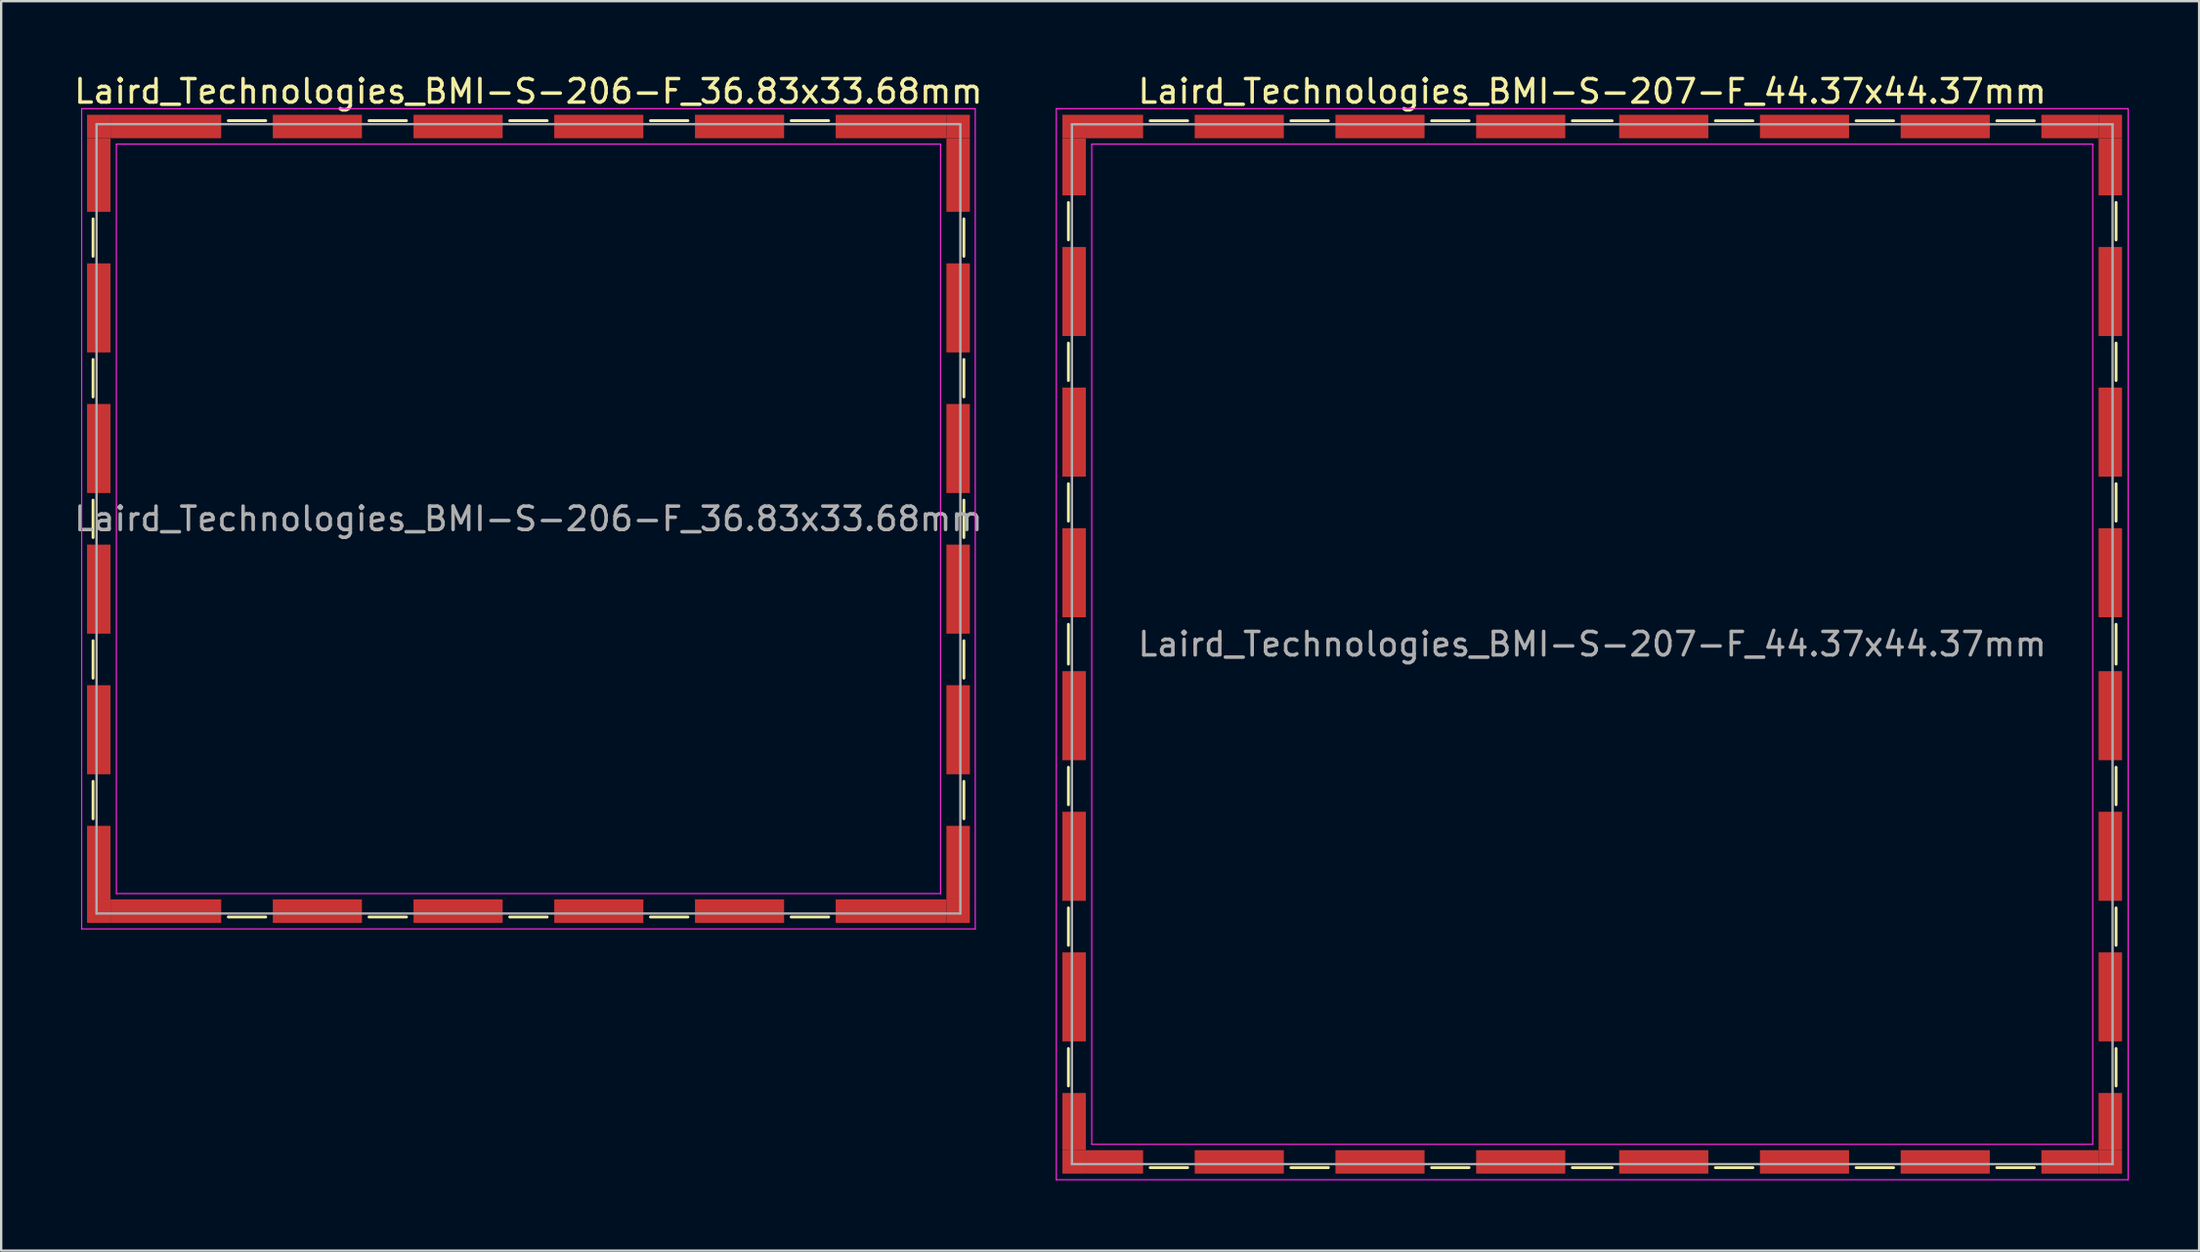
<source format=kicad_pcb>
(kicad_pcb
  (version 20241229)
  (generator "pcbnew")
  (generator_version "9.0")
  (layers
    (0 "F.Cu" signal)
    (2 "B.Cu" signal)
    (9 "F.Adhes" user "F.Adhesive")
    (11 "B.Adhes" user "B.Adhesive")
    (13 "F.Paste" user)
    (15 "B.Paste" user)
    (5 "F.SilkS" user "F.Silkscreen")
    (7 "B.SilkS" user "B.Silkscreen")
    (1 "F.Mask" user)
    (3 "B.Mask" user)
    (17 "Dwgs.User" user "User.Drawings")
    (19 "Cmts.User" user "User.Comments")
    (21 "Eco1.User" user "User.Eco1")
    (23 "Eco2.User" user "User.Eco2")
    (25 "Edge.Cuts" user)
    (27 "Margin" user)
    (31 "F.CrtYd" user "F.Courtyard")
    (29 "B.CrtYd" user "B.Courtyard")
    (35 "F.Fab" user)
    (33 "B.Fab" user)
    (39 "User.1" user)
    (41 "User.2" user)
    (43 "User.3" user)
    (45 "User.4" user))
  (footprint "Laird_Technologies_BMI-S-207-F_44.37x44.37mm"
    (layer "F.Cu")
    (at 64.839 24.438)
    (property "Reference" "Laird_Technologies_BMI-S-207-F_44.37x44.37mm" (at 0 -23.59 0) (layer "F.SilkS") (effects (font (size 1 1) (thickness 0.15))))
    (attr smd)
    (fp_line (start -22.335 -18.85) (end -22.335 -17.25) (stroke (width 0.12) (type solid)) (layer "F.SilkS"))
    (fp_line (start -22.335 -12.85) (end -22.335 -11.25) (stroke (width 0.12) (type solid)) (layer "F.SilkS"))
    (fp_line (start -22.335 -6.85) (end -22.335 -5.25) (stroke (width 0.12) (type solid)) (layer "F.SilkS"))
    (fp_line (start -22.335 -0.85) (end -22.335 0.85) (stroke (width 0.12) (type solid)) (layer "F.SilkS"))
    (fp_line (start -22.335 5.25) (end -22.335 6.85) (stroke (width 0.12) (type solid)) (layer "F.SilkS"))
    (fp_line (start -22.335 11.25) (end -22.335 12.85) (stroke (width 0.12) (type solid)) (layer "F.SilkS"))
    (fp_line (start -22.335 17.25) (end -22.335 18.85) (stroke (width 0.12) (type solid)) (layer "F.SilkS"))
    (fp_line (start -18.85 -22.335) (end -17.25 -22.335) (stroke (width 0.12) (type solid)) (layer "F.SilkS"))
    (fp_line (start -18.85 22.335) (end -17.25 22.335) (stroke (width 0.12) (type solid)) (layer "F.SilkS"))
    (fp_line (start -12.85 -22.335) (end -11.25 -22.335) (stroke (width 0.12) (type solid)) (layer "F.SilkS"))
    (fp_line (start -12.85 22.335) (end -11.25 22.335) (stroke (width 0.12) (type solid)) (layer "F.SilkS"))
    (fp_line (start -6.85 -22.335) (end -5.25 -22.335) (stroke (width 0.12) (type solid)) (layer "F.SilkS"))
    (fp_line (start -6.85 22.335) (end -5.25 22.335) (stroke (width 0.12) (type solid)) (layer "F.SilkS"))
    (fp_line (start -0.85 -22.335) (end 0.85 -22.335) (stroke (width 0.12) (type solid)) (layer "F.SilkS"))
    (fp_line (start -0.85 22.335) (end 0.85 22.335) (stroke (width 0.12) (type solid)) (layer "F.SilkS"))
    (fp_line (start 5.25 -22.335) (end 6.85 -22.335) (stroke (width 0.12) (type solid)) (layer "F.SilkS"))
    (fp_line (start 5.25 22.335) (end 6.85 22.335) (stroke (width 0.12) (type solid)) (layer "F.SilkS"))
    (fp_line (start 11.25 -22.335) (end 12.85 -22.335) (stroke (width 0.12) (type solid)) (layer "F.SilkS"))
    (fp_line (start 11.25 22.335) (end 12.85 22.335) (stroke (width 0.12) (type solid)) (layer "F.SilkS"))
    (fp_line (start 17.25 -22.335) (end 18.85 -22.335) (stroke (width 0.12) (type solid)) (layer "F.SilkS"))
    (fp_line (start 17.25 22.335) (end 18.85 22.335) (stroke (width 0.12) (type solid)) (layer "F.SilkS"))
    (fp_line (start 22.335 -18.85) (end 22.335 -17.25) (stroke (width 0.12) (type solid)) (layer "F.SilkS"))
    (fp_line (start 22.335 -12.85) (end 22.335 -11.25) (stroke (width 0.12) (type solid)) (layer "F.SilkS"))
    (fp_line (start 22.335 -6.85) (end 22.335 -5.25) (stroke (width 0.12) (type solid)) (layer "F.SilkS"))
    (fp_line (start 22.335 -0.85) (end 22.335 0.85) (stroke (width 0.12) (type solid)) (layer "F.SilkS"))
    (fp_line (start 22.335 5.25) (end 22.335 6.85) (stroke (width 0.12) (type solid)) (layer "F.SilkS"))
    (fp_line (start 22.335 11.25) (end 22.335 12.85) (stroke (width 0.12) (type solid)) (layer "F.SilkS"))
    (fp_line (start 22.335 17.25) (end 22.335 18.85) (stroke (width 0.12) (type solid)) (layer "F.SilkS"))
    (fp_line (start -22.85 -22.85) (end -22.85 22.85) (stroke (width 0.05) (type solid)) (layer "F.CrtYd"))
    (fp_line (start -22.85 22.85) (end 22.85 22.85) (stroke (width 0.05) (type solid)) (layer "F.CrtYd"))
    (fp_line (start -21.34 -21.34) (end -21.34 21.34) (stroke (width 0.05) (type solid)) (layer "F.CrtYd"))
    (fp_line (start 21.34 -21.34) (end -21.34 -21.34) (stroke (width 0.05) (type solid)) (layer "F.CrtYd"))
    (fp_line (start 21.34 -21.34) (end 21.34 21.34) (stroke (width 0.05) (type solid)) (layer "F.CrtYd"))
    (fp_line (start 21.34 21.34) (end -21.34 21.34) (stroke (width 0.05) (type solid)) (layer "F.CrtYd"))
    (fp_line (start 22.85 -22.85) (end -22.85 -22.85) (stroke (width 0.05) (type solid)) (layer "F.CrtYd"))
    (fp_line (start 22.85 22.85) (end 22.85 -22.85) (stroke (width 0.05) (type solid)) (layer "F.CrtYd"))
    (fp_line (start -22.185 -22.185) (end -22.185 22.185) (stroke (width 0.1) (type solid)) (layer "F.Fab"))
    (fp_line (start -22.185 22.185) (end 22.185 22.185) (stroke (width 0.1) (type solid)) (layer "F.Fab"))
    (fp_line (start 22.185 -22.185) (end -22.185 -22.185) (stroke (width 0.1) (type solid)) (layer "F.Fab"))
    (fp_line (start 22.185 22.185) (end 22.185 -22.185) (stroke (width 0.1) (type solid)) (layer "F.Fab"))
    (fp_text user "${REFERENCE}" (at 0 0 0) (layer "F.Fab") (effects (font (size 1 1) (thickness 0.15))))
    (pad "1" smd rect (at -22.09 -22.09) (size 1 1) (layers "F.Cu" "F.Mask" "F.Paste"))
    (pad "1" smd rect (at -22.09 -20.37) (size 1 2.44) (layers "F.Cu" "F.Mask" "F.Paste"))
    (pad "1" smd rect (at -22.09 -15.05) (size 1 3.8) (layers "F.Cu" "F.Mask" "F.Paste"))
    (pad "1" smd rect (at -22.09 -9.05) (size 1 3.8) (layers "F.Cu" "F.Mask" "F.Paste"))
    (pad "1" smd rect (at -22.09 -3.05) (size 1 3.8) (layers "F.Cu" "F.Mask" "F.Paste"))
    (pad "1" smd rect (at -22.09 3.05) (size 1 3.8) (layers "F.Cu" "F.Mask" "F.Paste"))
    (pad "1" smd rect (at -22.09 9.05) (size 1 3.8) (layers "F.Cu" "F.Mask" "F.Paste"))
    (pad "1" smd rect (at -22.09 15.05) (size 1 3.8) (layers "F.Cu" "F.Mask" "F.Paste"))
    (pad "1" smd rect (at -22.09 20.37) (size 1 2.44) (layers "F.Cu" "F.Mask" "F.Paste"))
    (pad "1" smd rect (at -22.09 22.09) (size 1 1) (layers "F.Cu" "F.Mask" "F.Paste"))
    (pad "1" smd rect (at -20.37 -22.09) (size 2.44 1) (layers "F.Cu" "F.Mask" "F.Paste"))
    (pad "1" smd rect (at -20.37 22.09) (size 2.44 1) (layers "F.Cu" "F.Mask" "F.Paste"))
    (pad "1" smd rect (at -15.05 -22.09) (size 3.8 1) (layers "F.Cu" "F.Mask" "F.Paste"))
    (pad "1" smd rect (at -15.05 22.09) (size 3.8 1) (layers "F.Cu" "F.Mask" "F.Paste"))
    (pad "1" smd rect (at -9.05 -22.09) (size 3.8 1) (layers "F.Cu" "F.Mask" "F.Paste"))
    (pad "1" smd rect (at -9.05 22.09) (size 3.8 1) (layers "F.Cu" "F.Mask" "F.Paste"))
    (pad "1" smd rect (at -3.05 -22.09) (size 3.8 1) (layers "F.Cu" "F.Mask" "F.Paste"))
    (pad "1" smd rect (at -3.05 22.09) (size 3.8 1) (layers "F.Cu" "F.Mask" "F.Paste"))
    (pad "1" smd rect (at 3.05 -22.09) (size 3.8 1) (layers "F.Cu" "F.Mask" "F.Paste"))
    (pad "1" smd rect (at 3.05 22.09) (size 3.8 1) (layers "F.Cu" "F.Mask" "F.Paste"))
    (pad "1" smd rect (at 9.05 -22.09) (size 3.8 1) (layers "F.Cu" "F.Mask" "F.Paste"))
    (pad "1" smd rect (at 9.05 22.09) (size 3.8 1) (layers "F.Cu" "F.Mask" "F.Paste"))
    (pad "1" smd rect (at 15.05 -22.09) (size 3.8 1) (layers "F.Cu" "F.Mask" "F.Paste"))
    (pad "1" smd rect (at 15.05 22.09) (size 3.8 1) (layers "F.Cu" "F.Mask" "F.Paste"))
    (pad "1" smd rect (at 20.37 -22.09) (size 2.44 1) (layers "F.Cu" "F.Mask" "F.Paste"))
    (pad "1" smd rect (at 20.37 22.09) (size 2.44 1) (layers "F.Cu" "F.Mask" "F.Paste"))
    (pad "1" smd rect (at 22.09 -22.09) (size 1 1) (layers "F.Cu" "F.Mask" "F.Paste"))
    (pad "1" smd rect (at 22.09 -20.37) (size 1 2.44) (layers "F.Cu" "F.Mask" "F.Paste"))
    (pad "1" smd rect (at 22.09 -15.05) (size 1 3.8) (layers "F.Cu" "F.Mask" "F.Paste"))
    (pad "1" smd rect (at 22.09 -9.05) (size 1 3.8) (layers "F.Cu" "F.Mask" "F.Paste"))
    (pad "1" smd rect (at 22.09 -3.05) (size 1 3.8) (layers "F.Cu" "F.Mask" "F.Paste"))
    (pad "1" smd rect (at 22.09 3.05) (size 1 3.8) (layers "F.Cu" "F.Mask" "F.Paste"))
    (pad "1" smd rect (at 22.09 9.05) (size 1 3.8) (layers "F.Cu" "F.Mask" "F.Paste"))
    (pad "1" smd rect (at 22.09 15.05) (size 1 3.8) (layers "F.Cu" "F.Mask" "F.Paste"))
    (pad "1" smd rect (at 22.09 20.37) (size 1 2.44) (layers "F.Cu" "F.Mask" "F.Paste"))
    (pad "1" smd rect (at 22.09 22.09) (size 1 1) (layers "F.Cu" "F.Mask" "F.Paste")))
  (footprint "Laird_Technologies_BMI-S-206-F_36.83x33.68mm"
    (layer "F.Cu")
    (at 19.482 19.088)
    (property "Reference" "Laird_Technologies_BMI-S-206-F_36.83x33.68mm" (at 0 -18.24 0) (layer "F.SilkS") (effects (font (size 1 1) (thickness 0.15))))
    (attr smd)
    (fp_line (start -18.565 -12.8) (end -18.565 -11.2) (stroke (width 0.12) (type solid)) (layer "F.SilkS"))
    (fp_line (start -18.565 -6.8) (end -18.565 -5.2) (stroke (width 0.12) (type solid)) (layer "F.SilkS"))
    (fp_line (start -18.565 -0.8) (end -18.565 0.8) (stroke (width 0.12) (type solid)) (layer "F.SilkS"))
    (fp_line (start -18.565 5.2) (end -18.565 6.8) (stroke (width 0.12) (type solid)) (layer "F.SilkS"))
    (fp_line (start -18.565 11.2) (end -18.565 12.8) (stroke (width 0.12) (type solid)) (layer "F.SilkS"))
    (fp_line (start -12.8 -16.99) (end -11.2 -16.99) (stroke (width 0.12) (type solid)) (layer "F.SilkS"))
    (fp_line (start -12.8 16.99) (end -11.2 16.99) (stroke (width 0.12) (type solid)) (layer "F.SilkS"))
    (fp_line (start -6.8 -16.99) (end -5.2 -16.99) (stroke (width 0.12) (type solid)) (layer "F.SilkS"))
    (fp_line (start -6.8 16.99) (end -5.2 16.99) (stroke (width 0.12) (type solid)) (layer "F.SilkS"))
    (fp_line (start -0.8 -16.99) (end 0.8 -16.99) (stroke (width 0.12) (type solid)) (layer "F.SilkS"))
    (fp_line (start -0.8 16.99) (end 0.8 16.99) (stroke (width 0.12) (type solid)) (layer "F.SilkS"))
    (fp_line (start 5.2 -16.99) (end 6.8 -16.99) (stroke (width 0.12) (type solid)) (layer "F.SilkS"))
    (fp_line (start 5.2 16.99) (end 6.8 16.99) (stroke (width 0.12) (type solid)) (layer "F.SilkS"))
    (fp_line (start 11.2 -16.99) (end 12.8 -16.99) (stroke (width 0.12) (type solid)) (layer "F.SilkS"))
    (fp_line (start 11.2 16.99) (end 12.8 16.99) (stroke (width 0.12) (type solid)) (layer "F.SilkS"))
    (fp_line (start 18.565 -12.8) (end 18.565 -11.2) (stroke (width 0.12) (type solid)) (layer "F.SilkS"))
    (fp_line (start 18.565 -6.8) (end 18.565 -5.2) (stroke (width 0.12) (type solid)) (layer "F.SilkS"))
    (fp_line (start 18.565 -0.8) (end 18.565 0.8) (stroke (width 0.12) (type solid)) (layer "F.SilkS"))
    (fp_line (start 18.565 5.2) (end 18.565 6.8) (stroke (width 0.12) (type solid)) (layer "F.SilkS"))
    (fp_line (start 18.565 11.2) (end 18.565 12.8) (stroke (width 0.12) (type solid)) (layer "F.SilkS"))
    (fp_line (start -19.05 -17.5) (end -19.05 17.5) (stroke (width 0.05) (type solid)) (layer "F.CrtYd"))
    (fp_line (start -19.05 17.5) (end 19.05 17.5) (stroke (width 0.05) (type solid)) (layer "F.CrtYd"))
    (fp_line (start -17.57 -15.99) (end -17.57 15.99) (stroke (width 0.05) (type solid)) (layer "F.CrtYd"))
    (fp_line (start 17.57 -15.99) (end -17.57 -15.99) (stroke (width 0.05) (type solid)) (layer "F.CrtYd"))
    (fp_line (start 17.57 -15.99) (end 17.57 15.99) (stroke (width 0.05) (type solid)) (layer "F.CrtYd"))
    (fp_line (start 17.57 15.99) (end -17.57 15.99) (stroke (width 0.05) (type solid)) (layer "F.CrtYd"))
    (fp_line (start 19.05 -17.5) (end -19.05 -17.5) (stroke (width 0.05) (type solid)) (layer "F.CrtYd"))
    (fp_line (start 19.05 17.5) (end 19.05 -17.5) (stroke (width 0.05) (type solid)) (layer "F.CrtYd"))
    (fp_line (start -18.415 -16.84) (end -18.415 16.84) (stroke (width 0.1) (type solid)) (layer "F.Fab"))
    (fp_line (start -18.415 16.84) (end 18.415 16.84) (stroke (width 0.1) (type solid)) (layer "F.Fab"))
    (fp_line (start 18.415 -16.84) (end -18.415 -16.84) (stroke (width 0.1) (type solid)) (layer "F.Fab"))
    (fp_line (start 18.415 16.84) (end 18.415 -16.84) (stroke (width 0.1) (type solid)) (layer "F.Fab"))
    (fp_text user "${REFERENCE}" (at 0 0 0) (layer "F.Fab") (effects (font (size 1 1) (thickness 0.15))))
    (pad "1" smd rect (at -18.32 -16.74) (size 1 1) (layers "F.Cu" "F.Mask" "F.Paste"))
    (pad "1" smd rect (at -18.32 -14.67) (size 1 3.14) (layers "F.Cu" "F.Mask" "F.Paste"))
    (pad "1" smd rect (at -18.32 -9) (size 1 3.8) (layers "F.Cu" "F.Mask" "F.Paste"))
    (pad "1" smd rect (at -18.32 -3) (size 1 3.8) (layers "F.Cu" "F.Mask" "F.Paste"))
    (pad "1" smd rect (at -18.32 3) (size 1 3.8) (layers "F.Cu" "F.Mask" "F.Paste"))
    (pad "1" smd rect (at -18.32 9) (size 1 3.8) (layers "F.Cu" "F.Mask" "F.Paste"))
    (pad "1" smd rect (at -18.32 14.67) (size 1 3.14) (layers "F.Cu" "F.Mask" "F.Paste"))
    (pad "1" smd rect (at -18.32 16.74) (size 1 1) (layers "F.Cu" "F.Mask" "F.Paste"))
    (pad "1" smd rect (at -15.46 -16.74) (size 4.72 1) (layers "F.Cu" "F.Mask" "F.Paste"))
    (pad "1" smd rect (at -15.46 16.74) (size 4.72 1) (layers "F.Cu" "F.Mask" "F.Paste"))
    (pad "1" smd rect (at -9 -16.74) (size 3.8 1) (layers "F.Cu" "F.Mask" "F.Paste"))
    (pad "1" smd rect (at -9 16.74) (size 3.8 1) (layers "F.Cu" "F.Mask" "F.Paste"))
    (pad "1" smd rect (at -3 -16.74) (size 3.8 1) (layers "F.Cu" "F.Mask" "F.Paste"))
    (pad "1" smd rect (at -3 16.74) (size 3.8 1) (layers "F.Cu" "F.Mask" "F.Paste"))
    (pad "1" smd rect (at 3 -16.74) (size 3.8 1) (layers "F.Cu" "F.Mask" "F.Paste"))
    (pad "1" smd rect (at 3 16.74) (size 3.8 1) (layers "F.Cu" "F.Mask" "F.Paste"))
    (pad "1" smd rect (at 9 -16.74) (size 3.8 1) (layers "F.Cu" "F.Mask" "F.Paste"))
    (pad "1" smd rect (at 9 16.74) (size 3.8 1) (layers "F.Cu" "F.Mask" "F.Paste"))
    (pad "1" smd rect (at 15.46 -16.74) (size 4.72 1) (layers "F.Cu" "F.Mask" "F.Paste"))
    (pad "1" smd rect (at 15.46 16.74) (size 4.72 1) (layers "F.Cu" "F.Mask" "F.Paste"))
    (pad "1" smd rect (at 18.32 -16.74) (size 1 1) (layers "F.Cu" "F.Mask" "F.Paste"))
    (pad "1" smd rect (at 18.32 -14.67) (size 1 3.14) (layers "F.Cu" "F.Mask" "F.Paste"))
    (pad "1" smd rect (at 18.32 -9) (size 1 3.8) (layers "F.Cu" "F.Mask" "F.Paste"))
    (pad "1" smd rect (at 18.32 -3) (size 1 3.8) (layers "F.Cu" "F.Mask" "F.Paste"))
    (pad "1" smd rect (at 18.32 3) (size 1 3.8) (layers "F.Cu" "F.Mask" "F.Paste"))
    (pad "1" smd rect (at 18.32 9) (size 1 3.8) (layers "F.Cu" "F.Mask" "F.Paste"))
    (pad "1" smd rect (at 18.32 14.67) (size 1 3.14) (layers "F.Cu" "F.Mask" "F.Paste"))
    (pad "1" smd rect (at 18.32 16.74) (size 1 1) (layers "F.Cu" "F.Mask" "F.Paste")))
  (gr_rect
    (start -3 -3)
    (end 90.714 50.313)
    (stroke (width 0.1) (type default))
    (fill no)
    (layer "Edge.Cuts")))
</source>
